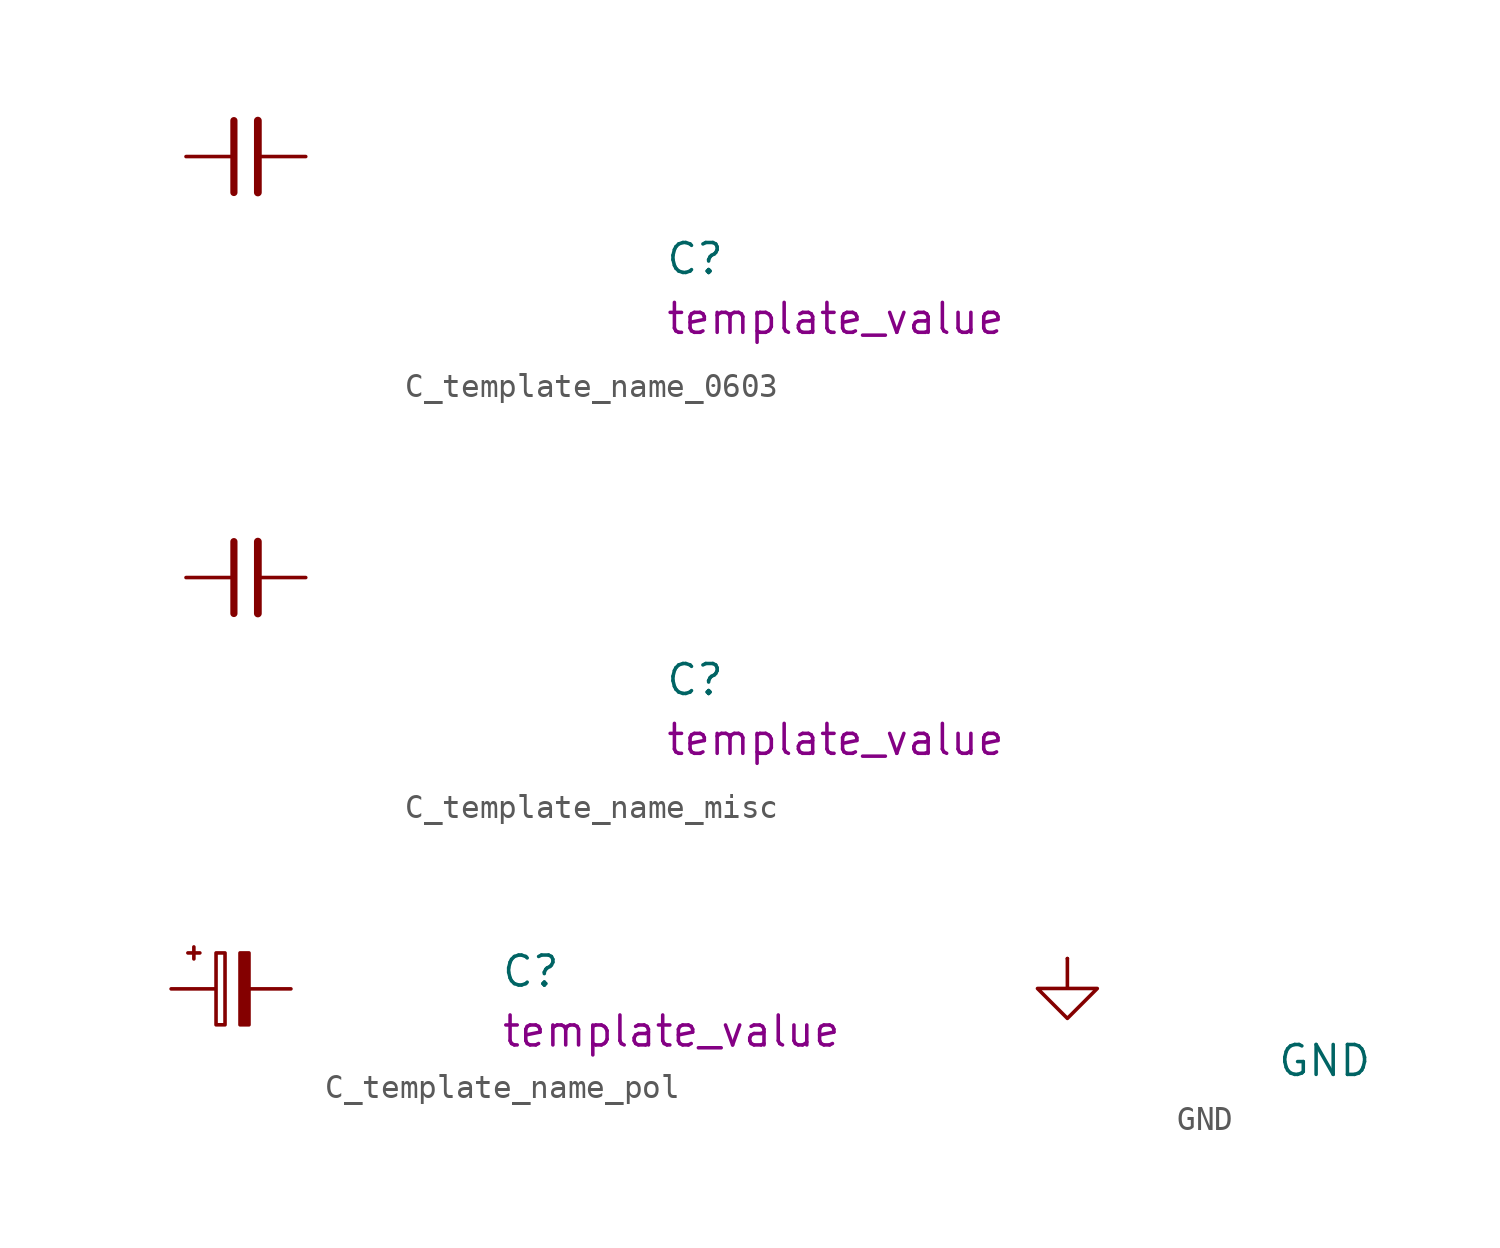
<source format=kicad_sym>
(kicad_symbol_lib
  (version 20211014)
  (generator kicad_symbol_editor)
  (symbol "C_template_name_0603"
    (pin_numbers hide)
    (pin_names hide)
    (property "Reference" "C"
      (at 20.32 -5.08 0)
      (effects (font (size 1.27 1.27) (thickness 0.15)) (justify left bottom)))
    (property "Val" "template_value"
      (at 20.32 -7.62 0)
      (effects (font (size 1.27 1.27) (thickness 0.15)) (justify left bottom)))
    (symbol "C_template_name_0603_0_1"
      (polyline (pts (xy 2.032 -1.524) (xy 2.032 1.524)) (stroke (width 0.305) (type default) (color 0 0 0 0)) (fill (type none)))
      (polyline (pts (xy 3.048 -1.524) (xy 3.048 1.524)) (stroke (width 0.33) (type default) (color 0 0 0 0)) (fill (type none))))
    (symbol "C_template_name_0603_1_1"
      (pin passive line (at 0 0 0) (length 2.032) (name "~" (effects (font (size 1.27 1.27)))) (number "1" (effects (font (size 1.27 1.27)))))
      (pin passive line (at 5.08 0 180) (length 2.032) (name "~" (effects (font (size 1.27 1.27)))) (number "2" (effects (font (size 1.27 1.27)))))))
  (symbol "C_template_name_misc"
    (pin_numbers hide)
    (pin_names hide)
    (property "Reference" "C"
      (at 20.32 -5.08 0)
      (effects (font (size 1.27 1.27) (thickness 0.15)) (justify left bottom)))
    (property "Val" "template_value"
      (at 20.32 -7.62 0)
      (effects (font (size 1.27 1.27) (thickness 0.15)) (justify left bottom)))
    (symbol "C_template_name_misc_0_1"
      (polyline (pts (xy 2.032 -1.524) (xy 2.032 1.524)) (stroke (width 0.305) (type default) (color 0 0 0 0)) (fill (type none)))
      (polyline (pts (xy 3.048 -1.524) (xy 3.048 1.524)) (stroke (width 0.33) (type default) (color 0 0 0 0)) (fill (type none))))
    (symbol "C_template_name_misc_1_1"
      (pin passive line (at 0 0 0) (length 2.032) (name "~" (effects (font (size 1.27 1.27)))) (number "1" (effects (font (size 1.27 1.27)))))
      (pin passive line (at 5.08 0 180) (length 2.032) (name "~" (effects (font (size 1.27 1.27)))) (number "2" (effects (font (size 1.27 1.27)))))))
  (symbol "C_template_name_pol"
    (pin_numbers hide)
    (pin_names hide)
    (property "Reference" "C"
      (at 13.97 0 0)
      (effects (font (size 1.27 1.27) (thickness 0.15)) (justify left bottom)))
    (property "Val" "template_value"
      (at 13.97 -2.54 0)
      (effects (font (size 1.27 1.27) (thickness 0.15)) (justify left bottom)))
    (symbol "C_template_name_pol_0_1"
      (polyline (pts (xy 0.965 1.27) (xy 0.965 1.778)) (stroke (width 0) (type default) (color 0 0 0 0)) (fill (type none)))
      (polyline (pts (xy 1.219 1.524) (xy 0.711 1.524)) (stroke (width 0) (type default) (color 0 0 0 0)) (fill (type none)))
      (rectangle (start 1.905 -1.524) (end 2.286 1.524) (stroke (width 0) (type default) (color 0 0 0 0)) (fill (type none)))
      (rectangle (start 2.921 -1.524) (end 3.302 1.524) (stroke (width 0) (type default) (color 0 0 0 0)) (fill (type outline))))
    (symbol "C_template_name_pol_1_1"
      (pin passive line (at 0 0 0) (length 1.854) (name "~" (effects (font (size 1.27 1.27)))) (number "1" (effects (font (size 1.27 1.27)))))
      (pin passive line (at 5.08 0 180) (length 1.854) (name "~" (effects (font (size 1.27 1.27)))) (number "2" (effects (font (size 1.27 1.27)))))))
  (symbol "GND"
    (power)
    (pin_numbers hide)
    (pin_names hide)
    (property "Reference" "#PWR"
      (at 8.89 -2.54 0)
      (effects (font (size 1.27 1.27) (thickness 0.15)) (justify left bottom) hide))
    (property "Value" "GND"
      (at 8.89 -5.08 0)
      (effects (font (size 1.27 1.27) (thickness 0.15)) (justify left bottom)))
    (symbol "GND_1_1"
      (polyline (pts (xy 0 0) (xy 0 -1.27) (xy 1.27 -1.27) (xy 0 -2.54) (xy -1.27 -1.27) (xy 0 -1.27)) (stroke (width 0) (type default) (color 0 0 0 0)) (fill (type none)))
      (pin power_in line (at 0 0 270) (length 0) (name "GND" (effects (font (size 1.27 1.27)))) (number "1" (effects (font (size 1.27 1.27))))))))
</source>
